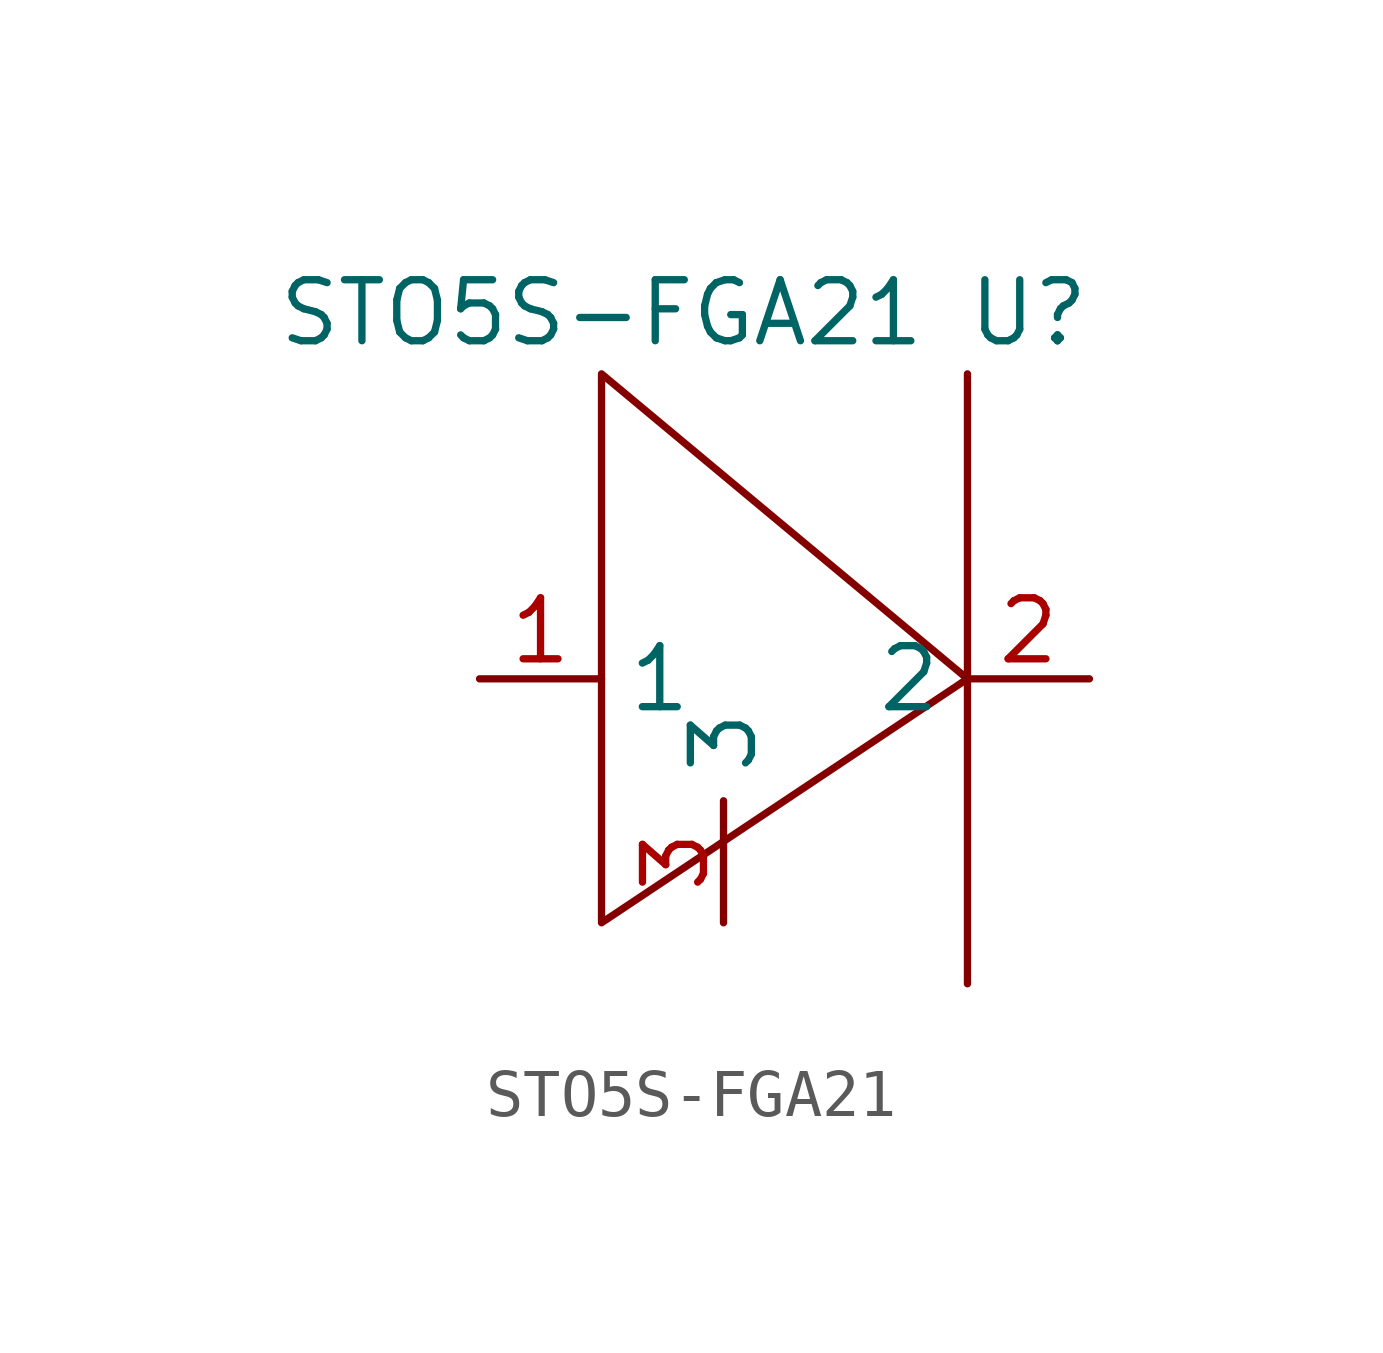
<source format=kicad_sym>
(kicad_symbol_lib
  (version 20211014)
  (generator kicad_symbol_editor)
  (symbol "STO5S-FGA21"
    (property "Reference" "U"
      (at 8.89 7.62 0)
      (effects (font (size 1.27 1.27))))
    (property "Value" "STO5S-FGA21"
      (at 0 7.62 0)
      (effects (font (size 1.27 1.27))))
    (symbol "STO5S-FGA21_0_1"
      (polyline (pts (xy 7.62 0) (xy 0 6.35) (xy 0 -5.08) (xy 7.62 0) (xy 7.62 6.35) (xy 7.62 -6.35)) (stroke (width 0) (type default) (color 0 0 0 0)) (fill (type none))))
    (symbol "STO5S-FGA21_1_1"
      (pin input line (at -2.54 0 0) (length 2.54) (name "1" (effects (font (size 1.27 1.27)))) (number "1" (effects (font (size 1.27 1.27)))))
      (pin input line (at 10.16 0 180) (length 2.54) (name "2" (effects (font (size 1.27 1.27)))) (number "2" (effects (font (size 1.27 1.27)))))
      (pin input line (at 2.54 -5.08 90) (length 2.54) (name "3" (effects (font (size 1.27 1.27)))) (number "3" (effects (font (size 1.27 1.27))))))))
</source>
